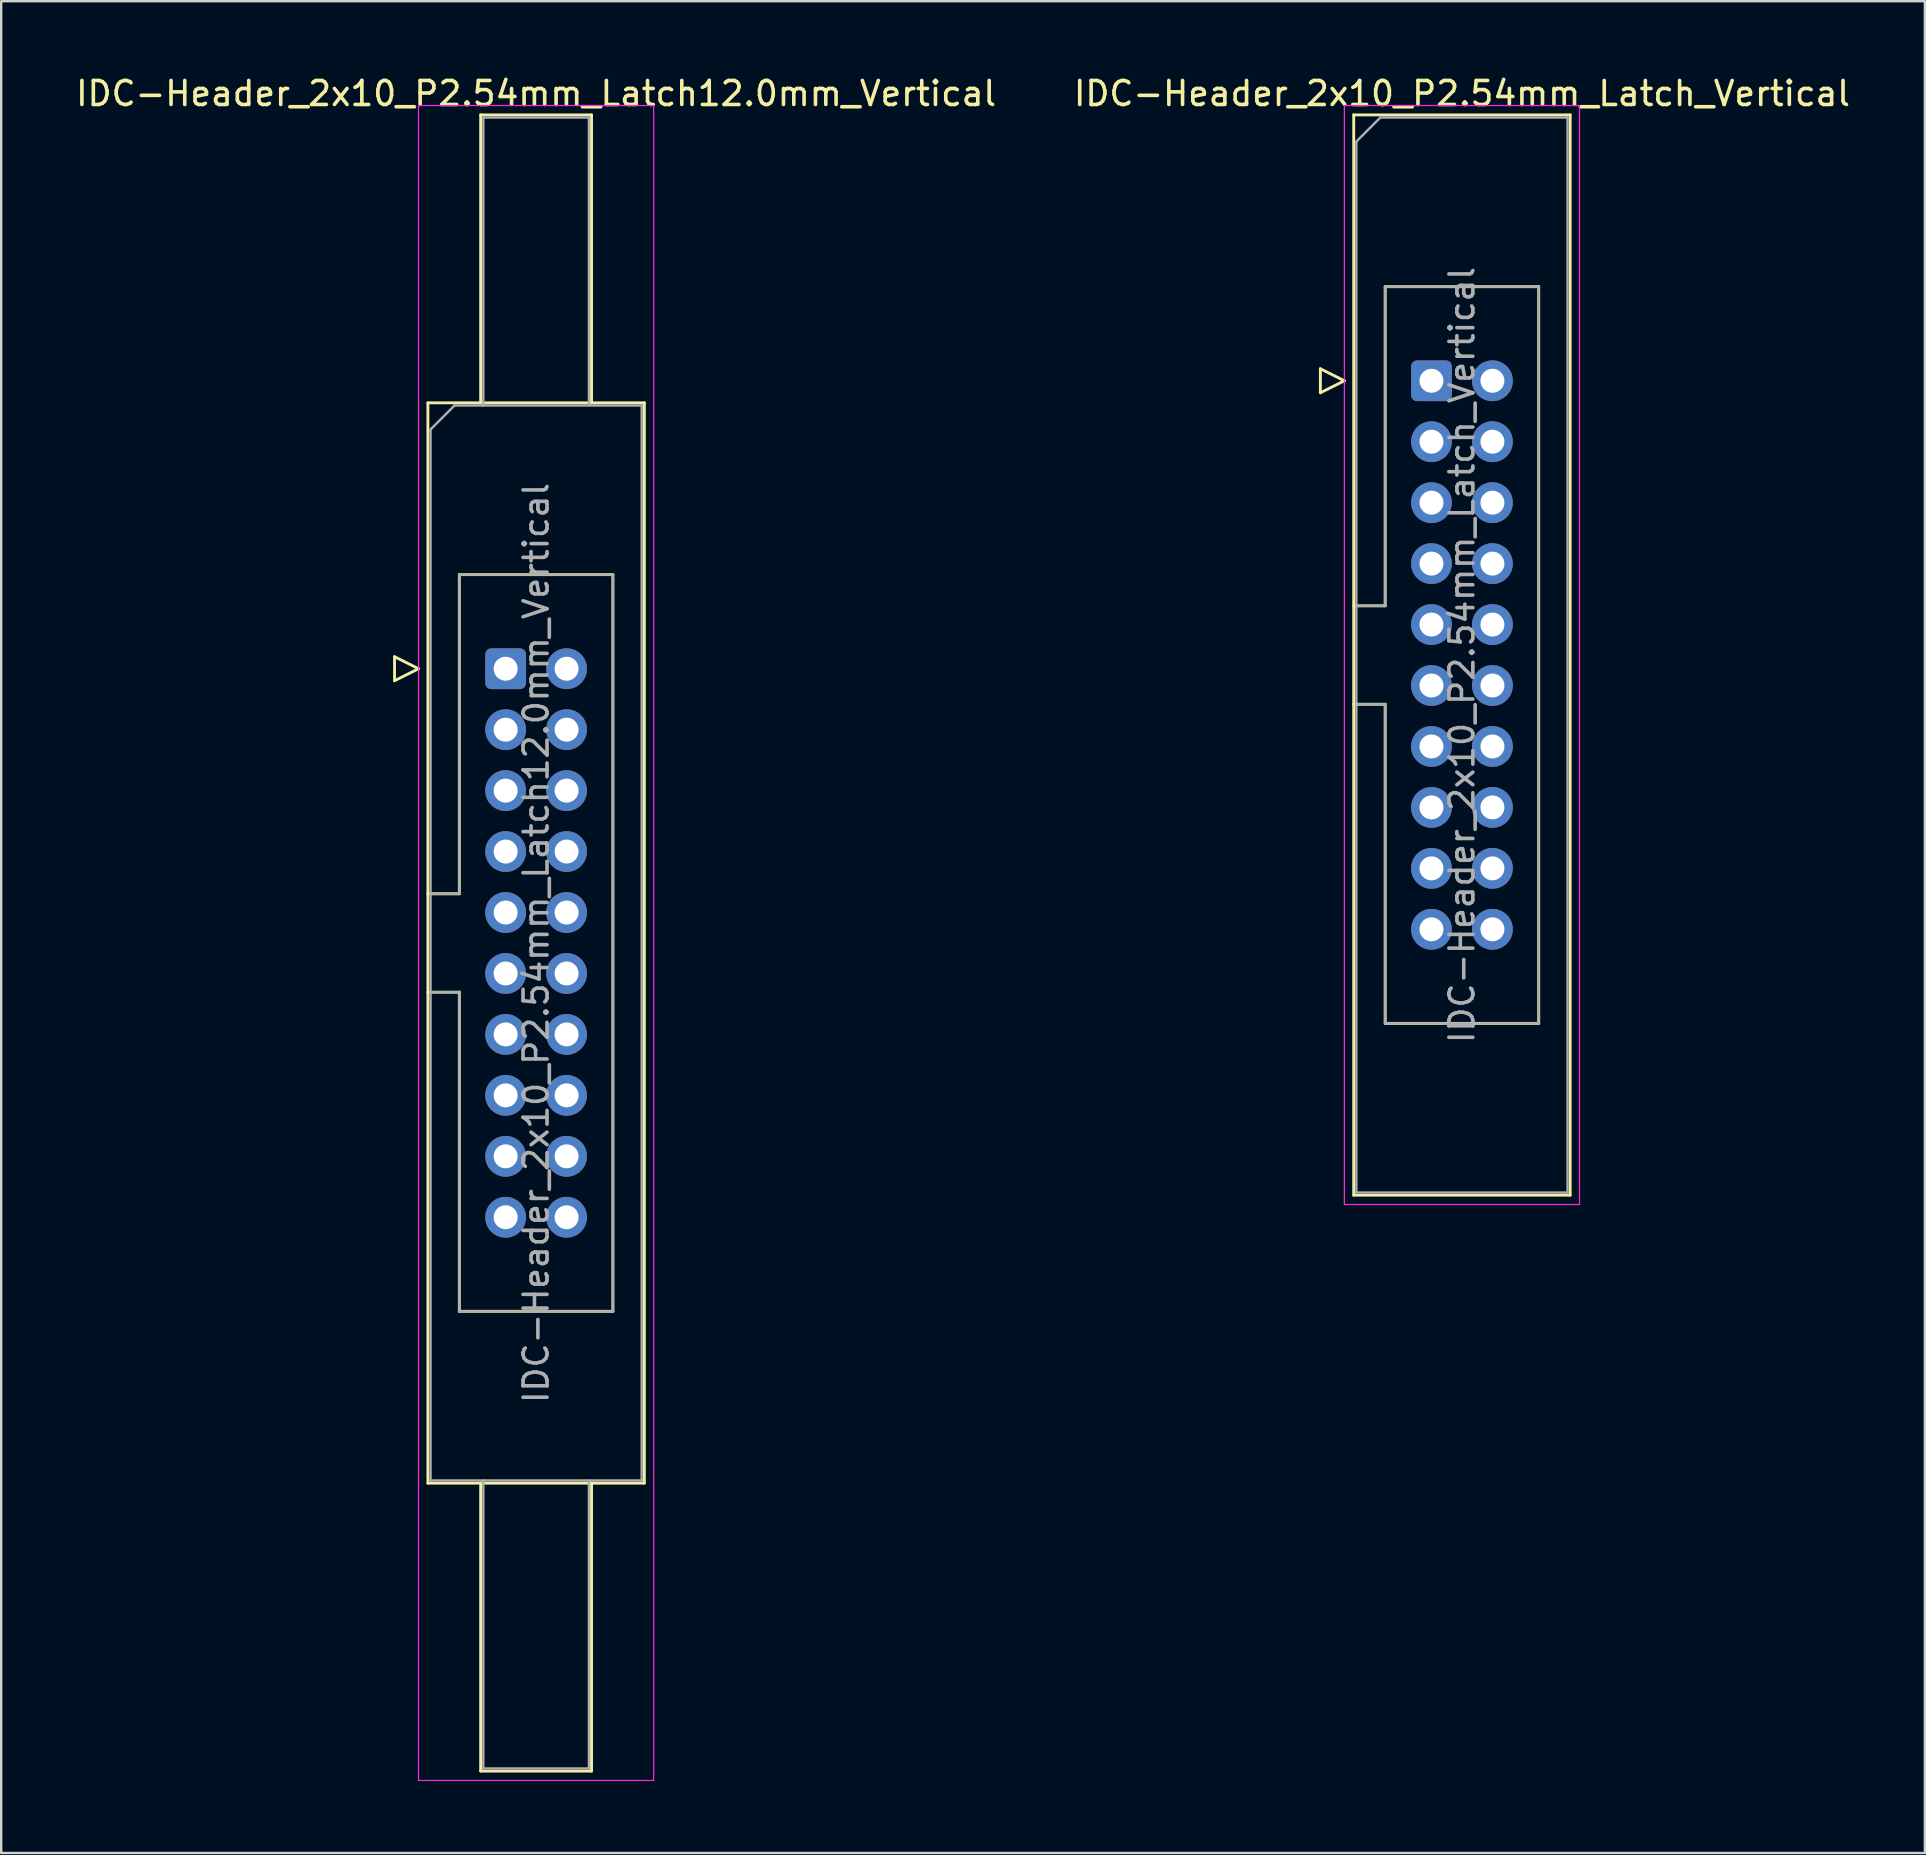
<source format=kicad_pcb>
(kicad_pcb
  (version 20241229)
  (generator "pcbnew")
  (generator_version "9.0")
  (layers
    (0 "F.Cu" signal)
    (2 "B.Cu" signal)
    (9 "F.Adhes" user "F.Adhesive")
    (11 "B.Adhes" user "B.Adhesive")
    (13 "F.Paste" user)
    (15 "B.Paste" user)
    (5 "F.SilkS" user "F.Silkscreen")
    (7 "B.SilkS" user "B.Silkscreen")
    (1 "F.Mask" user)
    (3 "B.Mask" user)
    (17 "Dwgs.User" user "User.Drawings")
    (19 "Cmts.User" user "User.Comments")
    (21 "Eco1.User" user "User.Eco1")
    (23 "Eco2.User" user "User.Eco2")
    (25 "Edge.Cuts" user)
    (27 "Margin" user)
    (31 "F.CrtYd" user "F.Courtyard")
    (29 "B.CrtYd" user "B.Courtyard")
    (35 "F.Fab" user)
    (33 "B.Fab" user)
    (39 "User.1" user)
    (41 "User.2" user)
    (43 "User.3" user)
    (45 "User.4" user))
  (footprint "IDC-Header_2x10_P2.54mm_Latch12.0mm_Vertical"
    (layer "F.Cu")
    (at 18.022 24.818)
    (property "Reference" "IDC-Header_2x10_P2.54mm_Latch12.0mm_Vertical" (at 1.27 -23.97 0) (layer "F.SilkS") (effects (font (size 1 1) (thickness 0.15))))
    (attr through_hole)
    (fp_line (start -4.63 -0.5) (end -4.63 0.5) (stroke (width 0.12) (type solid)) (layer "F.SilkS"))
    (fp_line (start -4.63 0.5) (end -3.63 0) (stroke (width 0.12) (type solid)) (layer "F.SilkS"))
    (fp_line (start -3.63 0) (end -4.63 -0.5) (stroke (width 0.12) (type solid)) (layer "F.SilkS"))
    (fp_line (start -3.24 -11.08) (end 5.78 -11.08) (stroke (width 0.12) (type solid)) (layer "F.SilkS"))
    (fp_line (start -3.24 9.38) (end -1.93 9.38) (stroke (width 0.12) (type solid)) (layer "F.SilkS"))
    (fp_line (start -3.24 33.94) (end -3.24 -11.08) (stroke (width 0.12) (type solid)) (layer "F.SilkS"))
    (fp_line (start -1.93 -3.92) (end 4.47 -3.92) (stroke (width 0.12) (type solid)) (layer "F.SilkS"))
    (fp_line (start -1.93 9.38) (end -1.93 -3.92) (stroke (width 0.12) (type solid)) (layer "F.SilkS"))
    (fp_line (start -1.93 13.48) (end -3.24 13.48) (stroke (width 0.12) (type solid)) (layer "F.SilkS"))
    (fp_line (start -1.93 26.78) (end -1.93 13.48) (stroke (width 0.12) (type solid)) (layer "F.SilkS"))
    (fp_line (start -1.04 -23.08) (end 3.58 -23.08) (stroke (width 0.12) (type solid)) (layer "F.SilkS"))
    (fp_line (start -1.04 -11.08) (end -1.04 -23.08) (stroke (width 0.12) (type solid)) (layer "F.SilkS"))
    (fp_line (start -1.04 33.94) (end -1.04 45.94) (stroke (width 0.12) (type solid)) (layer "F.SilkS"))
    (fp_line (start -1.04 45.94) (end 3.58 45.94) (stroke (width 0.12) (type solid)) (layer "F.SilkS"))
    (fp_line (start 3.58 -23.08) (end 3.58 -11.08) (stroke (width 0.12) (type solid)) (layer "F.SilkS"))
    (fp_line (start 3.58 45.94) (end 3.58 33.94) (stroke (width 0.12) (type solid)) (layer "F.SilkS"))
    (fp_line (start 4.47 -3.92) (end 4.47 26.78) (stroke (width 0.12) (type solid)) (layer "F.SilkS"))
    (fp_line (start 4.47 26.78) (end -1.93 26.78) (stroke (width 0.12) (type solid)) (layer "F.SilkS"))
    (fp_line (start 5.78 -11.08) (end 5.78 33.94) (stroke (width 0.12) (type solid)) (layer "F.SilkS"))
    (fp_line (start 5.78 33.94) (end -3.24 33.94) (stroke (width 0.12) (type solid)) (layer "F.SilkS"))
    (fp_line (start -3.63 -23.47) (end -3.63 46.33) (stroke (width 0.05) (type solid)) (layer "F.CrtYd"))
    (fp_line (start -3.63 46.33) (end 6.17 46.33) (stroke (width 0.05) (type solid)) (layer "F.CrtYd"))
    (fp_line (start 6.17 -23.47) (end -3.63 -23.47) (stroke (width 0.05) (type solid)) (layer "F.CrtYd"))
    (fp_line (start 6.17 46.33) (end 6.17 -23.47) (stroke (width 0.05) (type solid)) (layer "F.CrtYd"))
    (fp_line (start -3.13 -9.97) (end -2.13 -10.97) (stroke (width 0.1) (type solid)) (layer "F.Fab"))
    (fp_line (start -3.13 9.38) (end -1.93 9.38) (stroke (width 0.1) (type solid)) (layer "F.Fab"))
    (fp_line (start -3.13 33.83) (end -3.13 -9.97) (stroke (width 0.1) (type solid)) (layer "F.Fab"))
    (fp_line (start -2.13 -10.97) (end 5.67 -10.97) (stroke (width 0.1) (type solid)) (layer "F.Fab"))
    (fp_line (start -1.93 -3.92) (end 4.47 -3.92) (stroke (width 0.1) (type solid)) (layer "F.Fab"))
    (fp_line (start -1.93 9.38) (end -1.93 -3.92) (stroke (width 0.1) (type solid)) (layer "F.Fab"))
    (fp_line (start -1.93 13.48) (end -3.13 13.48) (stroke (width 0.1) (type solid)) (layer "F.Fab"))
    (fp_line (start -1.93 26.78) (end -1.93 13.48) (stroke (width 0.1) (type solid)) (layer "F.Fab"))
    (fp_line (start -0.93 -22.97) (end 3.47 -22.97) (stroke (width 0.1) (type solid)) (layer "F.Fab"))
    (fp_line (start -0.93 -10.97) (end -0.93 -22.97) (stroke (width 0.1) (type solid)) (layer "F.Fab"))
    (fp_line (start -0.93 33.83) (end -0.93 45.83) (stroke (width 0.1) (type solid)) (layer "F.Fab"))
    (fp_line (start -0.93 45.83) (end 3.47 45.83) (stroke (width 0.1) (type solid)) (layer "F.Fab"))
    (fp_line (start 3.47 -22.97) (end 3.47 -10.97) (stroke (width 0.1) (type solid)) (layer "F.Fab"))
    (fp_line (start 3.47 45.83) (end 3.47 33.83) (stroke (width 0.1) (type solid)) (layer "F.Fab"))
    (fp_line (start 4.47 -3.92) (end 4.47 26.78) (stroke (width 0.1) (type solid)) (layer "F.Fab"))
    (fp_line (start 4.47 26.78) (end -1.93 26.78) (stroke (width 0.1) (type solid)) (layer "F.Fab"))
    (fp_line (start 5.67 -10.97) (end 5.67 33.83) (stroke (width 0.1) (type solid)) (layer "F.Fab"))
    (fp_line (start 5.67 33.83) (end -3.13 33.83) (stroke (width 0.1) (type solid)) (layer "F.Fab"))
    (fp_text user "${REFERENCE}" (at 1.27 11.43 90) (layer "F.Fab") (effects (font (size 1 1) (thickness 0.15))))
    (pad "1" thru_hole roundrect (at 0 0) (size 1.7 1.7) (drill 1) (layers "*.Cu" "*.Mask") (roundrect_rratio 0.147))
    (pad "2" thru_hole circle (at 2.54 0) (size 1.7 1.7) (drill 1) (layers "*.Cu" "*.Mask"))
    (pad "3" thru_hole circle (at 0 2.54) (size 1.7 1.7) (drill 1) (layers "*.Cu" "*.Mask"))
    (pad "4" thru_hole circle (at 2.54 2.54) (size 1.7 1.7) (drill 1) (layers "*.Cu" "*.Mask"))
    (pad "5" thru_hole circle (at 0 5.08) (size 1.7 1.7) (drill 1) (layers "*.Cu" "*.Mask"))
    (pad "6" thru_hole circle (at 2.54 5.08) (size 1.7 1.7) (drill 1) (layers "*.Cu" "*.Mask"))
    (pad "7" thru_hole circle (at 0 7.62) (size 1.7 1.7) (drill 1) (layers "*.Cu" "*.Mask"))
    (pad "8" thru_hole circle (at 2.54 7.62) (size 1.7 1.7) (drill 1) (layers "*.Cu" "*.Mask"))
    (pad "9" thru_hole circle (at 0 10.16) (size 1.7 1.7) (drill 1) (layers "*.Cu" "*.Mask"))
    (pad "10" thru_hole circle (at 2.54 10.16) (size 1.7 1.7) (drill 1) (layers "*.Cu" "*.Mask"))
    (pad "11" thru_hole circle (at 0 12.7) (size 1.7 1.7) (drill 1) (layers "*.Cu" "*.Mask"))
    (pad "12" thru_hole circle (at 2.54 12.7) (size 1.7 1.7) (drill 1) (layers "*.Cu" "*.Mask"))
    (pad "13" thru_hole circle (at 0 15.24) (size 1.7 1.7) (drill 1) (layers "*.Cu" "*.Mask"))
    (pad "14" thru_hole circle (at 2.54 15.24) (size 1.7 1.7) (drill 1) (layers "*.Cu" "*.Mask"))
    (pad "15" thru_hole circle (at 0 17.78) (size 1.7 1.7) (drill 1) (layers "*.Cu" "*.Mask"))
    (pad "16" thru_hole circle (at 2.54 17.78) (size 1.7 1.7) (drill 1) (layers "*.Cu" "*.Mask"))
    (pad "17" thru_hole circle (at 0 20.32) (size 1.7 1.7) (drill 1) (layers "*.Cu" "*.Mask"))
    (pad "18" thru_hole circle (at 2.54 20.32) (size 1.7 1.7) (drill 1) (layers "*.Cu" "*.Mask"))
    (pad "19" thru_hole circle (at 0 22.86) (size 1.7 1.7) (drill 1) (layers "*.Cu" "*.Mask"))
    (pad "20" thru_hole circle (at 2.54 22.86) (size 1.7 1.7) (drill 1) (layers "*.Cu" "*.Mask")))
  (footprint "IDC-Header_2x10_P2.54mm_Latch_Vertical"
    (layer "F.Cu")
    (at 56.605 12.818)
    (property "Reference" "IDC-Header_2x10_P2.54mm_Latch_Vertical" (at 1.27 -11.97 0) (layer "F.SilkS") (effects (font (size 1 1) (thickness 0.15))))
    (attr through_hole)
    (fp_line (start -4.63 -0.5) (end -4.63 0.5) (stroke (width 0.12) (type solid)) (layer "F.SilkS"))
    (fp_line (start -4.63 0.5) (end -3.63 0) (stroke (width 0.12) (type solid)) (layer "F.SilkS"))
    (fp_line (start -3.63 0) (end -4.63 -0.5) (stroke (width 0.12) (type solid)) (layer "F.SilkS"))
    (fp_line (start -3.24 -11.08) (end 5.78 -11.08) (stroke (width 0.12) (type solid)) (layer "F.SilkS"))
    (fp_line (start -3.24 9.38) (end -1.93 9.38) (stroke (width 0.12) (type solid)) (layer "F.SilkS"))
    (fp_line (start -3.24 33.94) (end -3.24 -11.08) (stroke (width 0.12) (type solid)) (layer "F.SilkS"))
    (fp_line (start -1.93 -3.92) (end 4.47 -3.92) (stroke (width 0.12) (type solid)) (layer "F.SilkS"))
    (fp_line (start -1.93 9.38) (end -1.93 -3.92) (stroke (width 0.12) (type solid)) (layer "F.SilkS"))
    (fp_line (start -1.93 13.48) (end -3.24 13.48) (stroke (width 0.12) (type solid)) (layer "F.SilkS"))
    (fp_line (start -1.93 26.78) (end -1.93 13.48) (stroke (width 0.12) (type solid)) (layer "F.SilkS"))
    (fp_line (start 4.47 -3.92) (end 4.47 26.78) (stroke (width 0.12) (type solid)) (layer "F.SilkS"))
    (fp_line (start 4.47 26.78) (end -1.93 26.78) (stroke (width 0.12) (type solid)) (layer "F.SilkS"))
    (fp_line (start 5.78 -11.08) (end 5.78 33.94) (stroke (width 0.12) (type solid)) (layer "F.SilkS"))
    (fp_line (start 5.78 33.94) (end -3.24 33.94) (stroke (width 0.12) (type solid)) (layer "F.SilkS"))
    (fp_line (start -3.63 -11.47) (end -3.63 34.33) (stroke (width 0.05) (type solid)) (layer "F.CrtYd"))
    (fp_line (start -3.63 34.33) (end 6.17 34.33) (stroke (width 0.05) (type solid)) (layer "F.CrtYd"))
    (fp_line (start 6.17 -11.47) (end -3.63 -11.47) (stroke (width 0.05) (type solid)) (layer "F.CrtYd"))
    (fp_line (start 6.17 34.33) (end 6.17 -11.47) (stroke (width 0.05) (type solid)) (layer "F.CrtYd"))
    (fp_line (start -3.13 -9.97) (end -2.13 -10.97) (stroke (width 0.1) (type solid)) (layer "F.Fab"))
    (fp_line (start -3.13 9.38) (end -1.93 9.38) (stroke (width 0.1) (type solid)) (layer "F.Fab"))
    (fp_line (start -3.13 33.83) (end -3.13 -9.97) (stroke (width 0.1) (type solid)) (layer "F.Fab"))
    (fp_line (start -2.13 -10.97) (end 5.67 -10.97) (stroke (width 0.1) (type solid)) (layer "F.Fab"))
    (fp_line (start -1.93 -3.92) (end 4.47 -3.92) (stroke (width 0.1) (type solid)) (layer "F.Fab"))
    (fp_line (start -1.93 9.38) (end -1.93 -3.92) (stroke (width 0.1) (type solid)) (layer "F.Fab"))
    (fp_line (start -1.93 13.48) (end -3.13 13.48) (stroke (width 0.1) (type solid)) (layer "F.Fab"))
    (fp_line (start -1.93 26.78) (end -1.93 13.48) (stroke (width 0.1) (type solid)) (layer "F.Fab"))
    (fp_line (start 4.47 -3.92) (end 4.47 26.78) (stroke (width 0.1) (type solid)) (layer "F.Fab"))
    (fp_line (start 4.47 26.78) (end -1.93 26.78) (stroke (width 0.1) (type solid)) (layer "F.Fab"))
    (fp_line (start 5.67 -10.97) (end 5.67 33.83) (stroke (width 0.1) (type solid)) (layer "F.Fab"))
    (fp_line (start 5.67 33.83) (end -3.13 33.83) (stroke (width 0.1) (type solid)) (layer "F.Fab"))
    (fp_text user "${REFERENCE}" (at 1.27 11.43 90) (layer "F.Fab") (effects (font (size 1 1) (thickness 0.15))))
    (pad "1" thru_hole roundrect (at 0 0) (size 1.7 1.7) (drill 1) (layers "*.Cu" "*.Mask") (roundrect_rratio 0.147))
    (pad "2" thru_hole circle (at 2.54 0) (size 1.7 1.7) (drill 1) (layers "*.Cu" "*.Mask"))
    (pad "3" thru_hole circle (at 0 2.54) (size 1.7 1.7) (drill 1) (layers "*.Cu" "*.Mask"))
    (pad "4" thru_hole circle (at 2.54 2.54) (size 1.7 1.7) (drill 1) (layers "*.Cu" "*.Mask"))
    (pad "5" thru_hole circle (at 0 5.08) (size 1.7 1.7) (drill 1) (layers "*.Cu" "*.Mask"))
    (pad "6" thru_hole circle (at 2.54 5.08) (size 1.7 1.7) (drill 1) (layers "*.Cu" "*.Mask"))
    (pad "7" thru_hole circle (at 0 7.62) (size 1.7 1.7) (drill 1) (layers "*.Cu" "*.Mask"))
    (pad "8" thru_hole circle (at 2.54 7.62) (size 1.7 1.7) (drill 1) (layers "*.Cu" "*.Mask"))
    (pad "9" thru_hole circle (at 0 10.16) (size 1.7 1.7) (drill 1) (layers "*.Cu" "*.Mask"))
    (pad "10" thru_hole circle (at 2.54 10.16) (size 1.7 1.7) (drill 1) (layers "*.Cu" "*.Mask"))
    (pad "11" thru_hole circle (at 0 12.7) (size 1.7 1.7) (drill 1) (layers "*.Cu" "*.Mask"))
    (pad "12" thru_hole circle (at 2.54 12.7) (size 1.7 1.7) (drill 1) (layers "*.Cu" "*.Mask"))
    (pad "13" thru_hole circle (at 0 15.24) (size 1.7 1.7) (drill 1) (layers "*.Cu" "*.Mask"))
    (pad "14" thru_hole circle (at 2.54 15.24) (size 1.7 1.7) (drill 1) (layers "*.Cu" "*.Mask"))
    (pad "15" thru_hole circle (at 0 17.78) (size 1.7 1.7) (drill 1) (layers "*.Cu" "*.Mask"))
    (pad "16" thru_hole circle (at 2.54 17.78) (size 1.7 1.7) (drill 1) (layers "*.Cu" "*.Mask"))
    (pad "17" thru_hole circle (at 0 20.32) (size 1.7 1.7) (drill 1) (layers "*.Cu" "*.Mask"))
    (pad "18" thru_hole circle (at 2.54 20.32) (size 1.7 1.7) (drill 1) (layers "*.Cu" "*.Mask"))
    (pad "19" thru_hole circle (at 0 22.86) (size 1.7 1.7) (drill 1) (layers "*.Cu" "*.Mask"))
    (pad "20" thru_hole circle (at 2.54 22.86) (size 1.7 1.7) (drill 1) (layers "*.Cu" "*.Mask")))
  (gr_rect
    (start -3 -3)
    (end 77.167 74.173)
    (stroke (width 0.1) (type default))
    (fill no)
    (layer "Edge.Cuts")))
</source>
